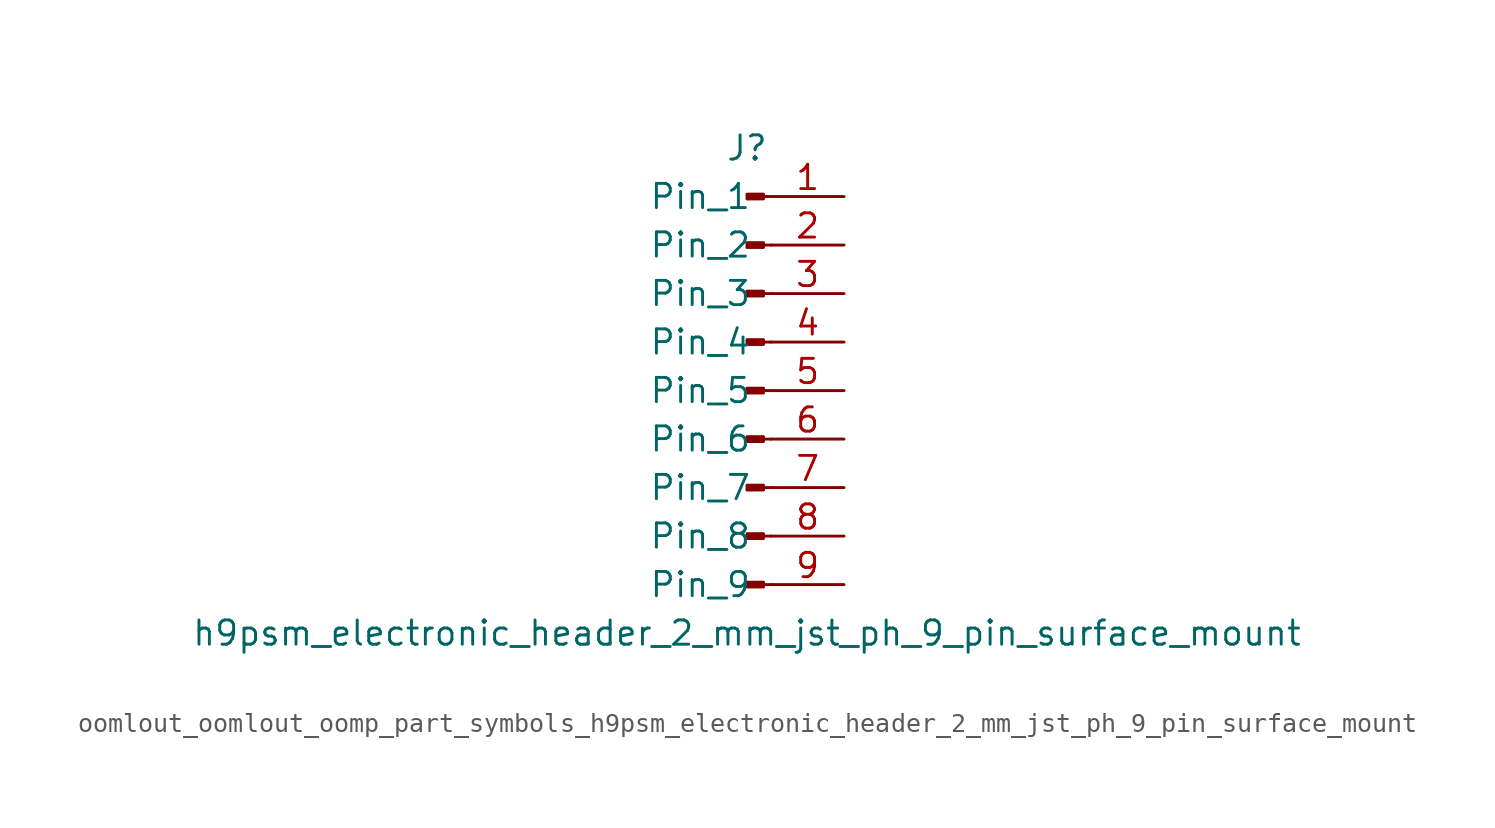
<source format=kicad_sym>
(kicad_symbol_lib
  (version 20220914)
  (generator kicad_symbol_editor)
  (symbol "oomlout_oomlout_oomp_part_symbols_h9psm_electronic_header_2_mm_jst_ph_9_pin_surface_mount"
    (pin_names
      (offset 1.016))
    (property "Reference" "J"
      (at 0 12.7 0)
      (effects (font (size 1.27 1.27))))
    (property "Value" "h9psm_electronic_header_2_mm_jst_ph_9_pin_surface_mount"
      (at 0 -12.7 0)
      (effects (font (size 1.27 1.27))))
    (property "ki_locked" ""
      (at 0 0 0)
      (effects (font (size 1.27 1.27))))
    (symbol "oomlout_oomlout_oomp_part_symbols_h9psm_electronic_header_2_mm_jst_ph_9_pin_surface_mount_1_1"
      (polyline (pts (xy 1.27 -10.16) (xy 0.864 -10.16)) (stroke (width 0.152) (type default)) (fill (type none)))
      (polyline (pts (xy 1.27 -7.62) (xy 0.864 -7.62)) (stroke (width 0.152) (type default)) (fill (type none)))
      (polyline (pts (xy 1.27 -5.08) (xy 0.864 -5.08)) (stroke (width 0.152) (type default)) (fill (type none)))
      (polyline (pts (xy 1.27 -2.54) (xy 0.864 -2.54)) (stroke (width 0.152) (type default)) (fill (type none)))
      (polyline (pts (xy 1.27 0) (xy 0.864 0)) (stroke (width 0.152) (type default)) (fill (type none)))
      (polyline (pts (xy 1.27 2.54) (xy 0.864 2.54)) (stroke (width 0.152) (type default)) (fill (type none)))
      (polyline (pts (xy 1.27 5.08) (xy 0.864 5.08)) (stroke (width 0.152) (type default)) (fill (type none)))
      (polyline (pts (xy 1.27 7.62) (xy 0.864 7.62)) (stroke (width 0.152) (type default)) (fill (type none)))
      (polyline (pts (xy 1.27 10.16) (xy 0.864 10.16)) (stroke (width 0.152) (type default)) (fill (type none)))
      (rectangle (start 0.864 -10.033) (end 0 -10.287) (stroke (width 0.152) (type default)) (fill (type outline)))
      (rectangle (start 0.864 -7.493) (end 0 -7.747) (stroke (width 0.152) (type default)) (fill (type outline)))
      (rectangle (start 0.864 -4.953) (end 0 -5.207) (stroke (width 0.152) (type default)) (fill (type outline)))
      (rectangle (start 0.864 -2.413) (end 0 -2.667) (stroke (width 0.152) (type default)) (fill (type outline)))
      (rectangle (start 0.864 0.127) (end 0 -0.127) (stroke (width 0.152) (type default)) (fill (type outline)))
      (rectangle (start 0.864 2.667) (end 0 2.413) (stroke (width 0.152) (type default)) (fill (type outline)))
      (rectangle (start 0.864 5.207) (end 0 4.953) (stroke (width 0.152) (type default)) (fill (type outline)))
      (rectangle (start 0.864 7.747) (end 0 7.493) (stroke (width 0.152) (type default)) (fill (type outline)))
      (rectangle (start 0.864 10.287) (end 0 10.033) (stroke (width 0.152) (type default)) (fill (type outline)))
      (pin passive line (at 5.08 10.16 180) (length 3.81) (name "Pin_1" (effects (font (size 1.27 1.27)))) (number "1" (effects (font (size 1.27 1.27)))))
      (pin passive line (at 5.08 7.62 180) (length 3.81) (name "Pin_2" (effects (font (size 1.27 1.27)))) (number "2" (effects (font (size 1.27 1.27)))))
      (pin passive line (at 5.08 5.08 180) (length 3.81) (name "Pin_3" (effects (font (size 1.27 1.27)))) (number "3" (effects (font (size 1.27 1.27)))))
      (pin passive line (at 5.08 2.54 180) (length 3.81) (name "Pin_4" (effects (font (size 1.27 1.27)))) (number "4" (effects (font (size 1.27 1.27)))))
      (pin passive line (at 5.08 0 180) (length 3.81) (name "Pin_5" (effects (font (size 1.27 1.27)))) (number "5" (effects (font (size 1.27 1.27)))))
      (pin passive line (at 5.08 -2.54 180) (length 3.81) (name "Pin_6" (effects (font (size 1.27 1.27)))) (number "6" (effects (font (size 1.27 1.27)))))
      (pin passive line (at 5.08 -5.08 180) (length 3.81) (name "Pin_7" (effects (font (size 1.27 1.27)))) (number "7" (effects (font (size 1.27 1.27)))))
      (pin passive line (at 5.08 -7.62 180) (length 3.81) (name "Pin_8" (effects (font (size 1.27 1.27)))) (number "8" (effects (font (size 1.27 1.27)))))
      (pin passive line (at 5.08 -10.16 180) (length 3.81) (name "Pin_9" (effects (font (size 1.27 1.27)))) (number "9" (effects (font (size 1.27 1.27))))))))
</source>
